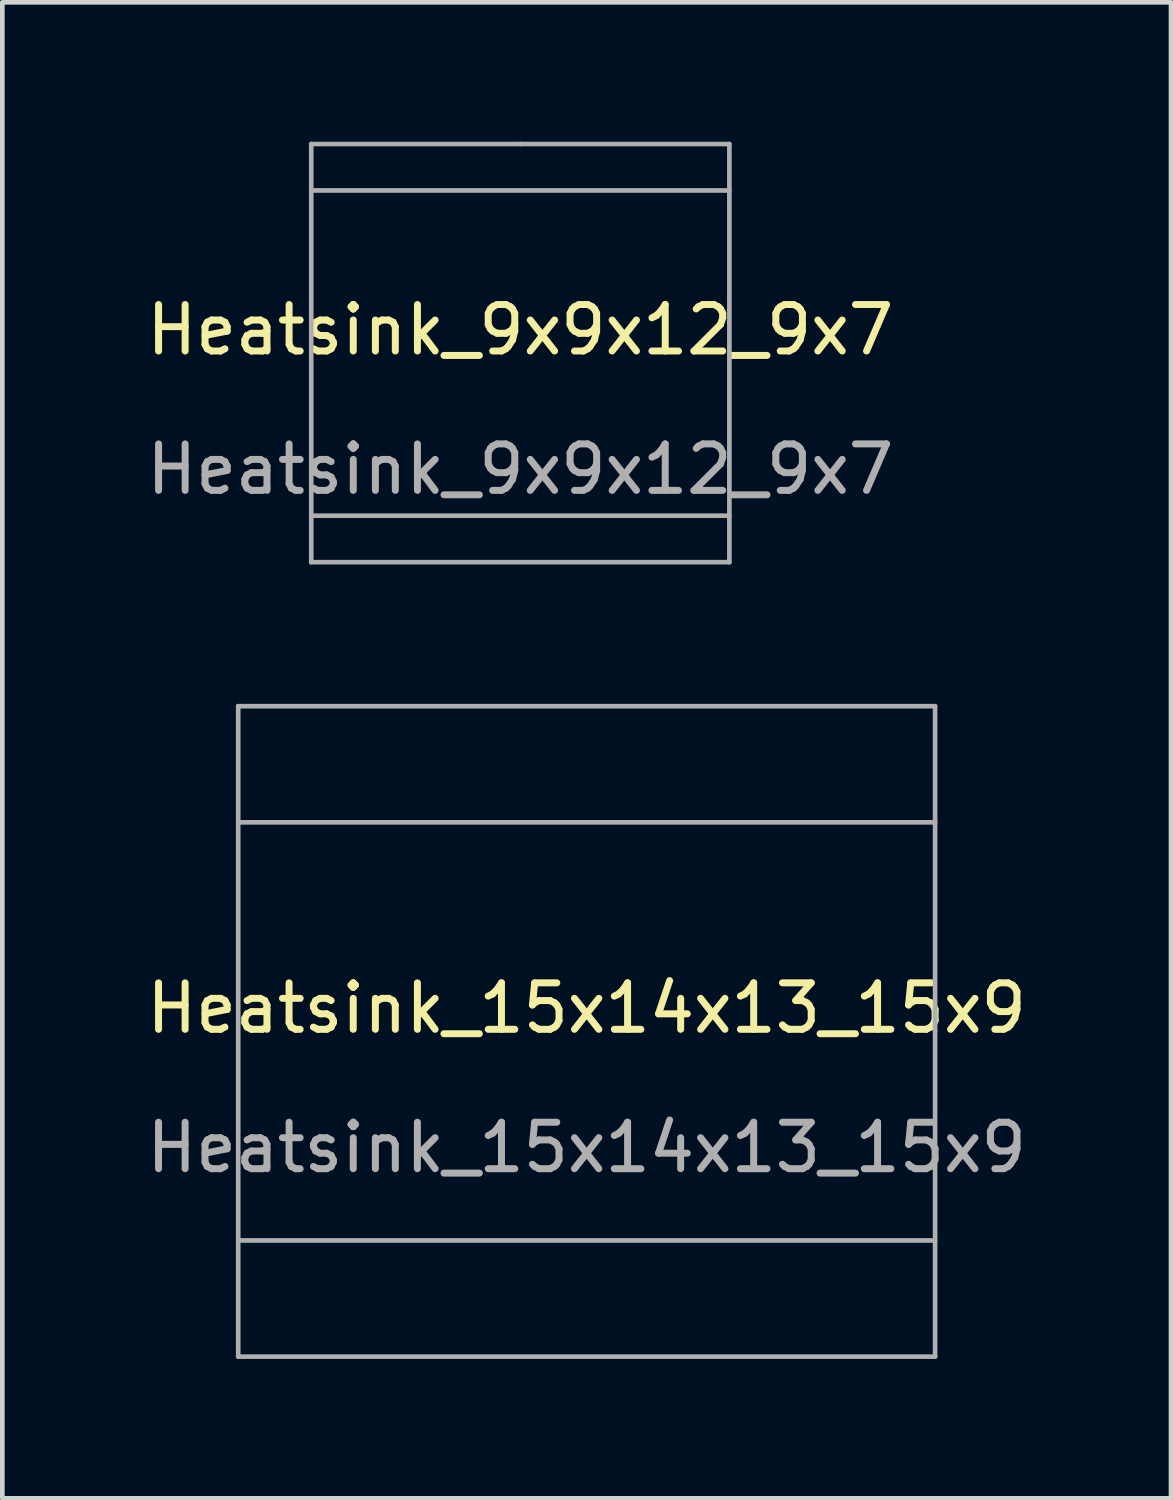
<source format=kicad_pcb>
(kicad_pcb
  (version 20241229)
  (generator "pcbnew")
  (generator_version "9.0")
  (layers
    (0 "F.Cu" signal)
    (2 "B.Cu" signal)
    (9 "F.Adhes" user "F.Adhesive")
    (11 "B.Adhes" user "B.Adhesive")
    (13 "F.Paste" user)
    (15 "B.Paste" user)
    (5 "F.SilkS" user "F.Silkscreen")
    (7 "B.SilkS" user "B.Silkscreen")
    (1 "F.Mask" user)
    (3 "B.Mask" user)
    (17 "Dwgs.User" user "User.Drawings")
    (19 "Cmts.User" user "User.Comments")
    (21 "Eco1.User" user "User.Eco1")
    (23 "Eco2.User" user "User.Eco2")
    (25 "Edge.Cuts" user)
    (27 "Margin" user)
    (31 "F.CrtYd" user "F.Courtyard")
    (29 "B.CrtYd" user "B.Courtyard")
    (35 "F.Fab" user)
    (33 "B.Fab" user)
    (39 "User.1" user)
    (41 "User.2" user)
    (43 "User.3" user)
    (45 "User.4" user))
  (footprint "Heatsink_9x9x12_9x7"
    (layer "F.Cu")
    (at 8.149 4.55)
    (property "Reference" "Heatsink_9x9x12_9x7" (at 0 -0.5 0) (unlocked yes) (layer "F.SilkS") (effects (font (size 1 1) (thickness 0.15))))
    (attr through_hole)
    (fp_line (start -4.5 -4.5) (end 0 -4.5) (stroke (width 0.1) (type default)) (layer "F.Fab"))
    (fp_line (start -4.5 -3.5) (end 4.5 -3.5) (stroke (width 0.1) (type default)) (layer "F.Fab"))
    (fp_line (start -4.5 3.5) (end 4.5 3.5) (stroke (width 0.1) (type default)) (layer "F.Fab"))
    (fp_line (start -4.5 4.5) (end -4.5 -4.5) (stroke (width 0.1) (type default)) (layer "F.Fab"))
    (fp_line (start 0 -4.5) (end 4.5 -4.5) (stroke (width 0.1) (type default)) (layer "F.Fab"))
    (fp_line (start 4.5 -4.5) (end 4.5 4.5) (stroke (width 0.1) (type default)) (layer "F.Fab"))
    (fp_line (start 4.5 4.5) (end -4.5 4.5) (stroke (width 0.1) (type default)) (layer "F.Fab"))
    (fp_text user "${REFERENCE}" (at 0 2.5 0) (unlocked yes) (layer "F.Fab") (effects (font (size 1 1) (thickness 0.15)))))
  (footprint "Heatsink_15x14x13_15x9"
    (layer "F.Cu")
    (at 9.577 19.15)
    (property "Reference" "Heatsink_15x14x13_15x9" (at 0 -0.5 0) (unlocked yes) (layer "F.SilkS") (effects (font (size 1 1) (thickness 0.15))))
    (attr through_hole)
    (fp_line (start -7.5 -7) (end -7.5 7) (stroke (width 0.1) (type default)) (layer "F.Fab"))
    (fp_line (start -7.5 -4.5) (end 7.5 -4.5) (stroke (width 0.1) (type default)) (layer "F.Fab"))
    (fp_line (start -7.5 4.5) (end 7.5 4.5) (stroke (width 0.1) (type default)) (layer "F.Fab"))
    (fp_line (start -7.5 7) (end 7.5 7) (stroke (width 0.1) (type default)) (layer "F.Fab"))
    (fp_line (start 7.5 -7) (end -7.5 -7) (stroke (width 0.1) (type default)) (layer "F.Fab"))
    (fp_line (start 7.5 0) (end 7.5 -7) (stroke (width 0.1) (type default)) (layer "F.Fab"))
    (fp_line (start 7.5 7) (end 7.5 0) (stroke (width 0.1) (type default)) (layer "F.Fab"))
    (fp_text user "${REFERENCE}" (at 0 2.5 0) (unlocked yes) (layer "F.Fab") (effects (font (size 1 1) (thickness 0.15)))))
  (gr_rect
    (start -3 -3)
    (end 22.155 29.2)
    (stroke (width 0.1) (type default))
    (fill no)
    (layer "Edge.Cuts")))
</source>
